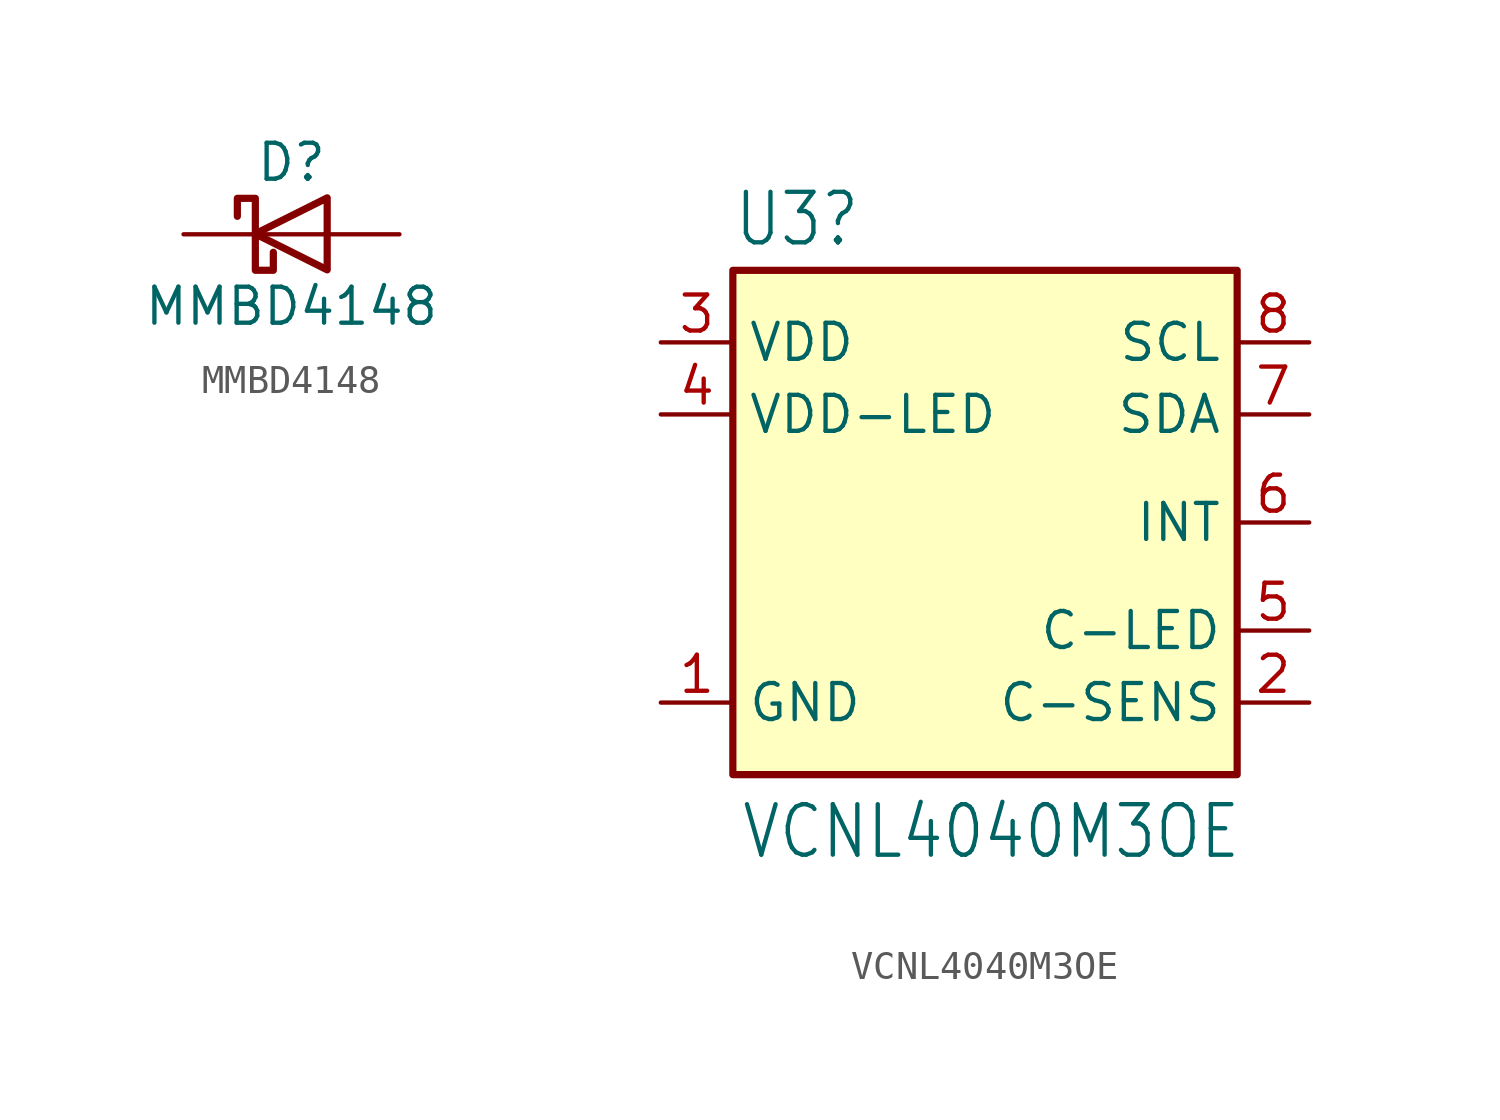
<source format=kicad_sym>
(kicad_symbol_lib
  (version 20231120)
  (generator "kicad_symbol_editor")
  (generator_version "8.0")
  (symbol "MMBD4148"
    (pin_numbers hide)
    (pin_names hide)
    (property "Reference" "D"
      (at 0 2.54 0)
      (effects (font (size 1.27 1.27))))
    (property "Value" "MMBD4148"
      (at 0 -2.54 0)
      (effects (font (size 1.27 1.27))))
    (symbol "MMBD4148_0_1"
      (polyline (pts (xy 1.27 0) (xy -1.27 0)) (stroke (width 0) (type default)) (fill (type none)))
      (polyline (pts (xy 1.259 1.285) (xy 1.259 -1.255) (xy -1.281 0.015) (xy 1.259 1.285)) (stroke (width 0.254) (type default)) (fill (type none)))
      (polyline (pts (xy -1.911 0.634) (xy -1.911 1.269) (xy -1.276 1.269) (xy -1.276 -1.271) (xy -0.641 -1.271) (xy -0.641 -0.636)) (stroke (width 0.254) (type default)) (fill (type none))))
    (symbol "MMBD4148_1_1"
      (pin passive line (at 3.81 0 180) (length 2.54) (name "A" (effects (font (size 1.27 1.27)))) (number "1" (effects (font (size 1.27 1.27)))))
      (pin no_connect line (at -1.27 0 0) (length 2.54) hide (name "NC" (effects (font (size 1.27 1.27)))) (number "2" (effects (font (size 1.27 1.27)))))
      (pin passive line (at -3.81 0 0) (length 2.54) (name "K" (effects (font (size 1.27 1.27)))) (number "3" (effects (font (size 1.27 1.27)))))))
  (symbol "VCNL4040M3OE"
    (property "Reference" "U3"
      (at -8.89 9.652 0)
      (effects (font (size 1.781 1.514)) (justify left bottom)))
    (property "Value" "VCNL4040M3OE"
      (at -8.636 -11.938 0)
      (effects (font (size 1.78 1.513)) (justify left bottom)))
    (symbol "VCNL4040M3OE_0_1"
      (rectangle (start -8.89 8.89) (end 8.89 -8.89) (stroke (width 0.254) (type default)) (fill (type background))))
    (symbol "VCNL4040M3OE_1_1"
      (pin power_in line (at -11.43 -6.35 0) (length 2.54) (name "GND" (effects (font (size 1.27 1.27)))) (number "1" (effects (font (size 1.27 1.27)))))
      (pin passive line (at 11.43 -6.35 180) (length 2.54) (name "C-SENS" (effects (font (size 1.27 1.27)))) (number "2" (effects (font (size 1.27 1.27)))))
      (pin power_in line (at -11.43 6.35 0) (length 2.54) (name "VDD" (effects (font (size 1.27 1.27)))) (number "3" (effects (font (size 1.27 1.27)))))
      (pin power_in line (at -11.43 3.81 0) (length 2.54) (name "VDD-LED" (effects (font (size 1.27 1.27)))) (number "4" (effects (font (size 1.27 1.27)))))
      (pin open_collector line (at 11.43 -3.81 180) (length 2.54) (name "C-LED" (effects (font (size 1.27 1.27)))) (number "5" (effects (font (size 1.27 1.27)))))
      (pin output line (at 11.43 0 180) (length 2.54) (name "INT" (effects (font (size 1.27 1.27)))) (number "6" (effects (font (size 1.27 1.27)))))
      (pin open_collector line (at 11.43 3.81 180) (length 2.54) (name "SDA" (effects (font (size 1.27 1.27)))) (number "7" (effects (font (size 1.27 1.27)))))
      (pin open_collector line (at 11.43 6.35 180) (length 2.54) (name "SCL" (effects (font (size 1.27 1.27)))) (number "8" (effects (font (size 1.27 1.27))))))))
</source>
